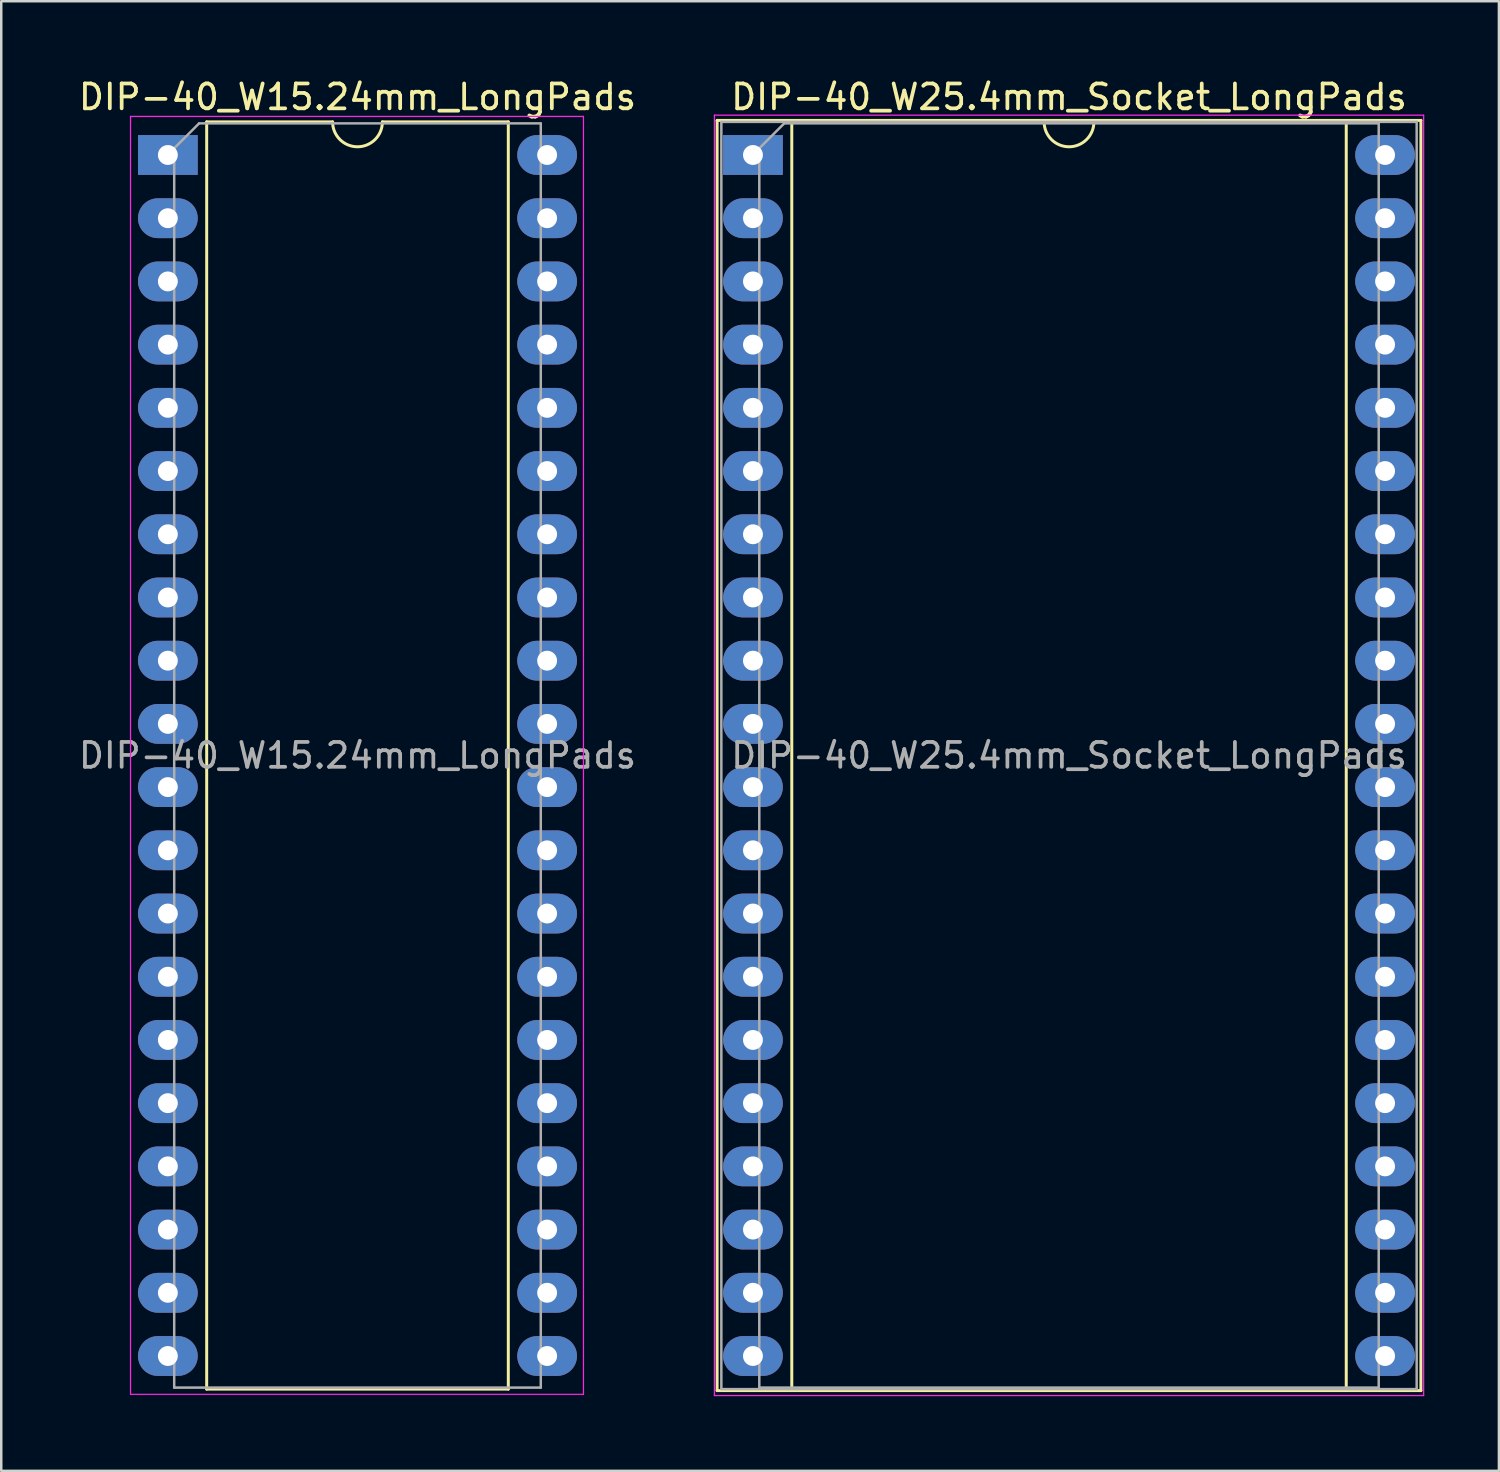
<source format=kicad_pcb>
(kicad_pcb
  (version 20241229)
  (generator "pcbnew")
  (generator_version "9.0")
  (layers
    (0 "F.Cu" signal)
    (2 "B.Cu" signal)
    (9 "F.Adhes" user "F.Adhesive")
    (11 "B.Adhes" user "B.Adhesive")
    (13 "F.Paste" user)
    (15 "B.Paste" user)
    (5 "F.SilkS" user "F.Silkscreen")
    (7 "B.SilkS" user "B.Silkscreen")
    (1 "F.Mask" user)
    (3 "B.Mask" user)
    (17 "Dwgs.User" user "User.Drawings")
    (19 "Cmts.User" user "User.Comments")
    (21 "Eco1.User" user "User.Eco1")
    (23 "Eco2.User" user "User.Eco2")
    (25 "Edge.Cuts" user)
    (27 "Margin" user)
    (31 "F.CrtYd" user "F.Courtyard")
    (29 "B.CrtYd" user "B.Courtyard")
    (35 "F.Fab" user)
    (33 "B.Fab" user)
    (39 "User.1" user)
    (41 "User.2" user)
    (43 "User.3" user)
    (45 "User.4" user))
  (footprint "DIP-40_W15.24mm_LongPads"
    (layer "F.Cu")
    (at 3.695 3.178)
    (property "Reference" "DIP-40_W15.24mm_LongPads" (at 7.62 -2.33 0) (layer "F.SilkS") (effects (font (size 1 1) (thickness 0.15))))
    (attr through_hole)
    (fp_line (start 1.56 -1.33) (end 1.56 49.59) (stroke (width 0.12) (type solid)) (layer "F.SilkS"))
    (fp_line (start 1.56 49.59) (end 13.68 49.59) (stroke (width 0.12) (type solid)) (layer "F.SilkS"))
    (fp_line (start 6.62 -1.33) (end 1.56 -1.33) (stroke (width 0.12) (type solid)) (layer "F.SilkS"))
    (fp_line (start 13.68 -1.33) (end 8.62 -1.33) (stroke (width 0.12) (type solid)) (layer "F.SilkS"))
    (fp_line (start 13.68 49.59) (end 13.68 -1.33) (stroke (width 0.12) (type solid)) (layer "F.SilkS"))
    (fp_arc (start 8.62 -1.33) (mid 7.62 -0.33) (end 6.62 -1.33) (stroke (width 0.12) (type solid)) (layer "F.SilkS"))
    (fp_line (start -1.5 -1.55) (end -1.5 49.8) (stroke (width 0.05) (type solid)) (layer "F.CrtYd"))
    (fp_line (start -1.5 49.8) (end 16.7 49.8) (stroke (width 0.05) (type solid)) (layer "F.CrtYd"))
    (fp_line (start 16.7 -1.55) (end -1.5 -1.55) (stroke (width 0.05) (type solid)) (layer "F.CrtYd"))
    (fp_line (start 16.7 49.8) (end 16.7 -1.55) (stroke (width 0.05) (type solid)) (layer "F.CrtYd"))
    (fp_line (start 0.255 -0.27) (end 1.255 -1.27) (stroke (width 0.1) (type solid)) (layer "F.Fab"))
    (fp_line (start 0.255 49.53) (end 0.255 -0.27) (stroke (width 0.1) (type solid)) (layer "F.Fab"))
    (fp_line (start 1.255 -1.27) (end 14.985 -1.27) (stroke (width 0.1) (type solid)) (layer "F.Fab"))
    (fp_line (start 14.985 -1.27) (end 14.985 49.53) (stroke (width 0.1) (type solid)) (layer "F.Fab"))
    (fp_line (start 14.985 49.53) (end 0.255 49.53) (stroke (width 0.1) (type solid)) (layer "F.Fab"))
    (fp_text user "${REFERENCE}" (at 7.62 24.13 0) (layer "F.Fab") (effects (font (size 1 1) (thickness 0.15))))
    (pad "1" thru_hole rect (at 0 0) (size 2.4 1.6) (drill 0.8) (layers "*.Cu" "*.Mask"))
    (pad "2" thru_hole oval (at 0 2.54) (size 2.4 1.6) (drill 0.8) (layers "*.Cu" "*.Mask"))
    (pad "3" thru_hole oval (at 0 5.08) (size 2.4 1.6) (drill 0.8) (layers "*.Cu" "*.Mask"))
    (pad "4" thru_hole oval (at 0 7.62) (size 2.4 1.6) (drill 0.8) (layers "*.Cu" "*.Mask"))
    (pad "5" thru_hole oval (at 0 10.16) (size 2.4 1.6) (drill 0.8) (layers "*.Cu" "*.Mask"))
    (pad "6" thru_hole oval (at 0 12.7) (size 2.4 1.6) (drill 0.8) (layers "*.Cu" "*.Mask"))
    (pad "7" thru_hole oval (at 0 15.24) (size 2.4 1.6) (drill 0.8) (layers "*.Cu" "*.Mask"))
    (pad "8" thru_hole oval (at 0 17.78) (size 2.4 1.6) (drill 0.8) (layers "*.Cu" "*.Mask"))
    (pad "9" thru_hole oval (at 0 20.32) (size 2.4 1.6) (drill 0.8) (layers "*.Cu" "*.Mask"))
    (pad "10" thru_hole oval (at 0 22.86) (size 2.4 1.6) (drill 0.8) (layers "*.Cu" "*.Mask"))
    (pad "11" thru_hole oval (at 0 25.4) (size 2.4 1.6) (drill 0.8) (layers "*.Cu" "*.Mask"))
    (pad "12" thru_hole oval (at 0 27.94) (size 2.4 1.6) (drill 0.8) (layers "*.Cu" "*.Mask"))
    (pad "13" thru_hole oval (at 0 30.48) (size 2.4 1.6) (drill 0.8) (layers "*.Cu" "*.Mask"))
    (pad "14" thru_hole oval (at 0 33.02) (size 2.4 1.6) (drill 0.8) (layers "*.Cu" "*.Mask"))
    (pad "15" thru_hole oval (at 0 35.56) (size 2.4 1.6) (drill 0.8) (layers "*.Cu" "*.Mask"))
    (pad "16" thru_hole oval (at 0 38.1) (size 2.4 1.6) (drill 0.8) (layers "*.Cu" "*.Mask"))
    (pad "17" thru_hole oval (at 0 40.64) (size 2.4 1.6) (drill 0.8) (layers "*.Cu" "*.Mask"))
    (pad "18" thru_hole oval (at 0 43.18) (size 2.4 1.6) (drill 0.8) (layers "*.Cu" "*.Mask"))
    (pad "19" thru_hole oval (at 0 45.72) (size 2.4 1.6) (drill 0.8) (layers "*.Cu" "*.Mask"))
    (pad "20" thru_hole oval (at 0 48.26) (size 2.4 1.6) (drill 0.8) (layers "*.Cu" "*.Mask"))
    (pad "21" thru_hole oval (at 15.24 48.26) (size 2.4 1.6) (drill 0.8) (layers "*.Cu" "*.Mask"))
    (pad "22" thru_hole oval (at 15.24 45.72) (size 2.4 1.6) (drill 0.8) (layers "*.Cu" "*.Mask"))
    (pad "23" thru_hole oval (at 15.24 43.18) (size 2.4 1.6) (drill 0.8) (layers "*.Cu" "*.Mask"))
    (pad "24" thru_hole oval (at 15.24 40.64) (size 2.4 1.6) (drill 0.8) (layers "*.Cu" "*.Mask"))
    (pad "25" thru_hole oval (at 15.24 38.1) (size 2.4 1.6) (drill 0.8) (layers "*.Cu" "*.Mask"))
    (pad "26" thru_hole oval (at 15.24 35.56) (size 2.4 1.6) (drill 0.8) (layers "*.Cu" "*.Mask"))
    (pad "27" thru_hole oval (at 15.24 33.02) (size 2.4 1.6) (drill 0.8) (layers "*.Cu" "*.Mask"))
    (pad "28" thru_hole oval (at 15.24 30.48) (size 2.4 1.6) (drill 0.8) (layers "*.Cu" "*.Mask"))
    (pad "29" thru_hole oval (at 15.24 27.94) (size 2.4 1.6) (drill 0.8) (layers "*.Cu" "*.Mask"))
    (pad "30" thru_hole oval (at 15.24 25.4) (size 2.4 1.6) (drill 0.8) (layers "*.Cu" "*.Mask"))
    (pad "31" thru_hole oval (at 15.24 22.86) (size 2.4 1.6) (drill 0.8) (layers "*.Cu" "*.Mask"))
    (pad "32" thru_hole oval (at 15.24 20.32) (size 2.4 1.6) (drill 0.8) (layers "*.Cu" "*.Mask"))
    (pad "33" thru_hole oval (at 15.24 17.78) (size 2.4 1.6) (drill 0.8) (layers "*.Cu" "*.Mask"))
    (pad "34" thru_hole oval (at 15.24 15.24) (size 2.4 1.6) (drill 0.8) (layers "*.Cu" "*.Mask"))
    (pad "35" thru_hole oval (at 15.24 12.7) (size 2.4 1.6) (drill 0.8) (layers "*.Cu" "*.Mask"))
    (pad "36" thru_hole oval (at 15.24 10.16) (size 2.4 1.6) (drill 0.8) (layers "*.Cu" "*.Mask"))
    (pad "37" thru_hole oval (at 15.24 7.62) (size 2.4 1.6) (drill 0.8) (layers "*.Cu" "*.Mask"))
    (pad "38" thru_hole oval (at 15.24 5.08) (size 2.4 1.6) (drill 0.8) (layers "*.Cu" "*.Mask"))
    (pad "39" thru_hole oval (at 15.24 2.54) (size 2.4 1.6) (drill 0.8) (layers "*.Cu" "*.Mask"))
    (pad "40" thru_hole oval (at 15.24 0) (size 2.4 1.6) (drill 0.8) (layers "*.Cu" "*.Mask")))
  (footprint "DIP-40_W25.4mm_Socket_LongPads"
    (layer "F.Cu")
    (at 27.206 3.178)
    (property "Reference" "DIP-40_W25.4mm_Socket_LongPads" (at 12.7 -2.33 0) (layer "F.SilkS") (effects (font (size 1 1) (thickness 0.15))))
    (attr through_hole)
    (fp_line (start -1.44 -1.39) (end -1.44 49.65) (stroke (width 0.12) (type solid)) (layer "F.SilkS"))
    (fp_line (start -1.44 49.65) (end 26.84 49.65) (stroke (width 0.12) (type solid)) (layer "F.SilkS"))
    (fp_line (start 1.56 -1.33) (end 1.56 49.59) (stroke (width 0.12) (type solid)) (layer "F.SilkS"))
    (fp_line (start 1.56 49.59) (end 23.84 49.59) (stroke (width 0.12) (type solid)) (layer "F.SilkS"))
    (fp_line (start 11.7 -1.33) (end 1.56 -1.33) (stroke (width 0.12) (type solid)) (layer "F.SilkS"))
    (fp_line (start 23.84 -1.33) (end 13.7 -1.33) (stroke (width 0.12) (type solid)) (layer "F.SilkS"))
    (fp_line (start 23.84 49.59) (end 23.84 -1.33) (stroke (width 0.12) (type solid)) (layer "F.SilkS"))
    (fp_line (start 26.84 -1.39) (end -1.44 -1.39) (stroke (width 0.12) (type solid)) (layer "F.SilkS"))
    (fp_line (start 26.84 49.65) (end 26.84 -1.39) (stroke (width 0.12) (type solid)) (layer "F.SilkS"))
    (fp_arc (start 13.7 -1.33) (mid 12.7 -0.33) (end 11.7 -1.33) (stroke (width 0.12) (type solid)) (layer "F.SilkS"))
    (fp_line (start -1.55 -1.6) (end -1.55 49.85) (stroke (width 0.05) (type solid)) (layer "F.CrtYd"))
    (fp_line (start -1.55 49.85) (end 26.95 49.85) (stroke (width 0.05) (type solid)) (layer "F.CrtYd"))
    (fp_line (start 26.95 -1.6) (end -1.55 -1.6) (stroke (width 0.05) (type solid)) (layer "F.CrtYd"))
    (fp_line (start 26.95 49.85) (end 26.95 -1.6) (stroke (width 0.05) (type solid)) (layer "F.CrtYd"))
    (fp_line (start -1.27 -1.33) (end -1.27 49.59) (stroke (width 0.1) (type solid)) (layer "F.Fab"))
    (fp_line (start -1.27 49.59) (end 26.67 49.59) (stroke (width 0.1) (type solid)) (layer "F.Fab"))
    (fp_line (start 0.255 -0.27) (end 1.255 -1.27) (stroke (width 0.1) (type solid)) (layer "F.Fab"))
    (fp_line (start 0.255 49.53) (end 0.255 -0.27) (stroke (width 0.1) (type solid)) (layer "F.Fab"))
    (fp_line (start 1.255 -1.27) (end 25.145 -1.27) (stroke (width 0.1) (type solid)) (layer "F.Fab"))
    (fp_line (start 25.145 -1.27) (end 25.145 49.53) (stroke (width 0.1) (type solid)) (layer "F.Fab"))
    (fp_line (start 25.145 49.53) (end 0.255 49.53) (stroke (width 0.1) (type solid)) (layer "F.Fab"))
    (fp_line (start 26.67 -1.33) (end -1.27 -1.33) (stroke (width 0.1) (type solid)) (layer "F.Fab"))
    (fp_line (start 26.67 49.59) (end 26.67 -1.33) (stroke (width 0.1) (type solid)) (layer "F.Fab"))
    (fp_text user "${REFERENCE}" (at 12.7 24.13 0) (layer "F.Fab") (effects (font (size 1 1) (thickness 0.15))))
    (pad "1" thru_hole rect (at 0 0) (size 2.4 1.6) (drill 0.8) (layers "*.Cu" "*.Mask"))
    (pad "2" thru_hole oval (at 0 2.54) (size 2.4 1.6) (drill 0.8) (layers "*.Cu" "*.Mask"))
    (pad "3" thru_hole oval (at 0 5.08) (size 2.4 1.6) (drill 0.8) (layers "*.Cu" "*.Mask"))
    (pad "4" thru_hole oval (at 0 7.62) (size 2.4 1.6) (drill 0.8) (layers "*.Cu" "*.Mask"))
    (pad "5" thru_hole oval (at 0 10.16) (size 2.4 1.6) (drill 0.8) (layers "*.Cu" "*.Mask"))
    (pad "6" thru_hole oval (at 0 12.7) (size 2.4 1.6) (drill 0.8) (layers "*.Cu" "*.Mask"))
    (pad "7" thru_hole oval (at 0 15.24) (size 2.4 1.6) (drill 0.8) (layers "*.Cu" "*.Mask"))
    (pad "8" thru_hole oval (at 0 17.78) (size 2.4 1.6) (drill 0.8) (layers "*.Cu" "*.Mask"))
    (pad "9" thru_hole oval (at 0 20.32) (size 2.4 1.6) (drill 0.8) (layers "*.Cu" "*.Mask"))
    (pad "10" thru_hole oval (at 0 22.86) (size 2.4 1.6) (drill 0.8) (layers "*.Cu" "*.Mask"))
    (pad "11" thru_hole oval (at 0 25.4) (size 2.4 1.6) (drill 0.8) (layers "*.Cu" "*.Mask"))
    (pad "12" thru_hole oval (at 0 27.94) (size 2.4 1.6) (drill 0.8) (layers "*.Cu" "*.Mask"))
    (pad "13" thru_hole oval (at 0 30.48) (size 2.4 1.6) (drill 0.8) (layers "*.Cu" "*.Mask"))
    (pad "14" thru_hole oval (at 0 33.02) (size 2.4 1.6) (drill 0.8) (layers "*.Cu" "*.Mask"))
    (pad "15" thru_hole oval (at 0 35.56) (size 2.4 1.6) (drill 0.8) (layers "*.Cu" "*.Mask"))
    (pad "16" thru_hole oval (at 0 38.1) (size 2.4 1.6) (drill 0.8) (layers "*.Cu" "*.Mask"))
    (pad "17" thru_hole oval (at 0 40.64) (size 2.4 1.6) (drill 0.8) (layers "*.Cu" "*.Mask"))
    (pad "18" thru_hole oval (at 0 43.18) (size 2.4 1.6) (drill 0.8) (layers "*.Cu" "*.Mask"))
    (pad "19" thru_hole oval (at 0 45.72) (size 2.4 1.6) (drill 0.8) (layers "*.Cu" "*.Mask"))
    (pad "20" thru_hole oval (at 0 48.26) (size 2.4 1.6) (drill 0.8) (layers "*.Cu" "*.Mask"))
    (pad "21" thru_hole oval (at 25.4 48.26) (size 2.4 1.6) (drill 0.8) (layers "*.Cu" "*.Mask"))
    (pad "22" thru_hole oval (at 25.4 45.72) (size 2.4 1.6) (drill 0.8) (layers "*.Cu" "*.Mask"))
    (pad "23" thru_hole oval (at 25.4 43.18) (size 2.4 1.6) (drill 0.8) (layers "*.Cu" "*.Mask"))
    (pad "24" thru_hole oval (at 25.4 40.64) (size 2.4 1.6) (drill 0.8) (layers "*.Cu" "*.Mask"))
    (pad "25" thru_hole oval (at 25.4 38.1) (size 2.4 1.6) (drill 0.8) (layers "*.Cu" "*.Mask"))
    (pad "26" thru_hole oval (at 25.4 35.56) (size 2.4 1.6) (drill 0.8) (layers "*.Cu" "*.Mask"))
    (pad "27" thru_hole oval (at 25.4 33.02) (size 2.4 1.6) (drill 0.8) (layers "*.Cu" "*.Mask"))
    (pad "28" thru_hole oval (at 25.4 30.48) (size 2.4 1.6) (drill 0.8) (layers "*.Cu" "*.Mask"))
    (pad "29" thru_hole oval (at 25.4 27.94) (size 2.4 1.6) (drill 0.8) (layers "*.Cu" "*.Mask"))
    (pad "30" thru_hole oval (at 25.4 25.4) (size 2.4 1.6) (drill 0.8) (layers "*.Cu" "*.Mask"))
    (pad "31" thru_hole oval (at 25.4 22.86) (size 2.4 1.6) (drill 0.8) (layers "*.Cu" "*.Mask"))
    (pad "32" thru_hole oval (at 25.4 20.32) (size 2.4 1.6) (drill 0.8) (layers "*.Cu" "*.Mask"))
    (pad "33" thru_hole oval (at 25.4 17.78) (size 2.4 1.6) (drill 0.8) (layers "*.Cu" "*.Mask"))
    (pad "34" thru_hole oval (at 25.4 15.24) (size 2.4 1.6) (drill 0.8) (layers "*.Cu" "*.Mask"))
    (pad "35" thru_hole oval (at 25.4 12.7) (size 2.4 1.6) (drill 0.8) (layers "*.Cu" "*.Mask"))
    (pad "36" thru_hole oval (at 25.4 10.16) (size 2.4 1.6) (drill 0.8) (layers "*.Cu" "*.Mask"))
    (pad "37" thru_hole oval (at 25.4 7.62) (size 2.4 1.6) (drill 0.8) (layers "*.Cu" "*.Mask"))
    (pad "38" thru_hole oval (at 25.4 5.08) (size 2.4 1.6) (drill 0.8) (layers "*.Cu" "*.Mask"))
    (pad "39" thru_hole oval (at 25.4 2.54) (size 2.4 1.6) (drill 0.8) (layers "*.Cu" "*.Mask"))
    (pad "40" thru_hole oval (at 25.4 0) (size 2.4 1.6) (drill 0.8) (layers "*.Cu" "*.Mask")))
  (gr_rect
    (start -3 -3)
    (end 57.181 56.053)
    (stroke (width 0.1) (type default))
    (fill no)
    (layer "Edge.Cuts")))
</source>
